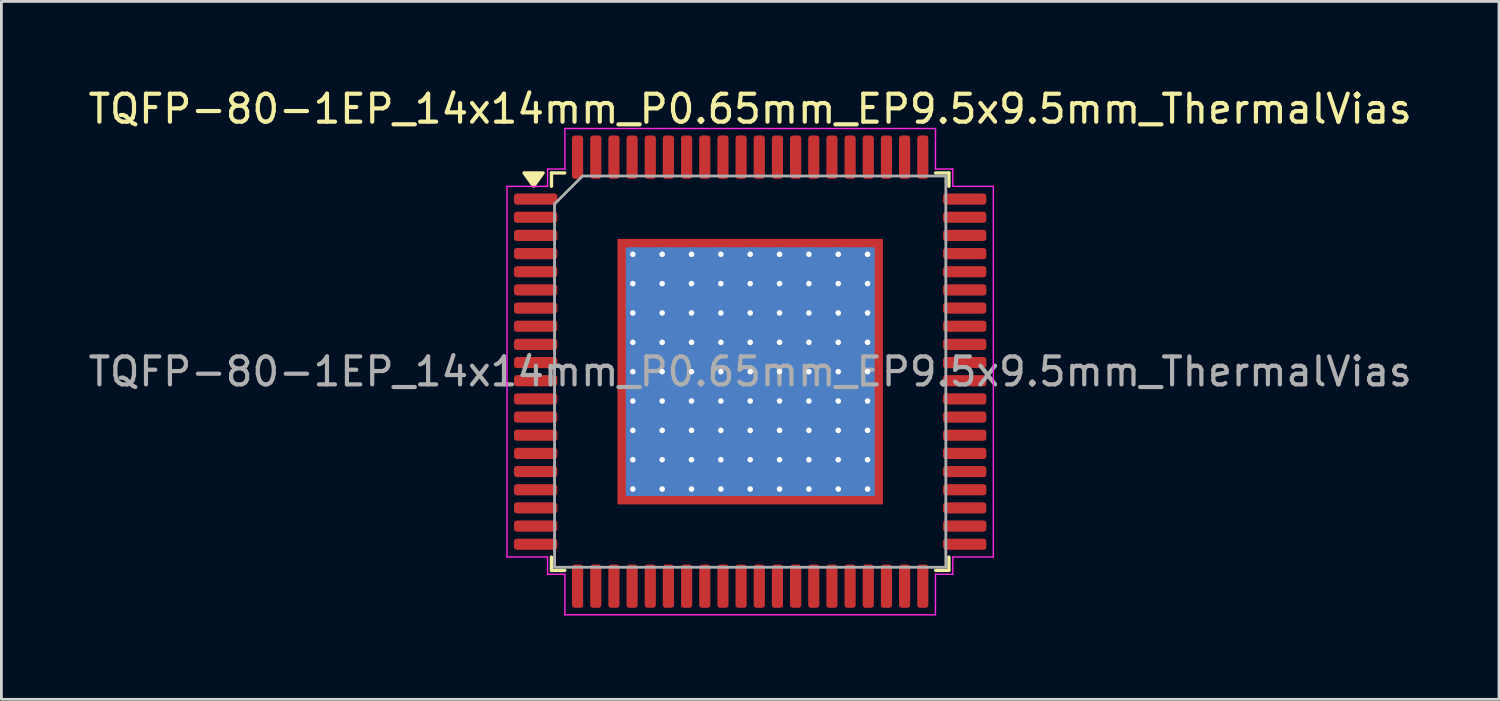
<source format=kicad_pcb>
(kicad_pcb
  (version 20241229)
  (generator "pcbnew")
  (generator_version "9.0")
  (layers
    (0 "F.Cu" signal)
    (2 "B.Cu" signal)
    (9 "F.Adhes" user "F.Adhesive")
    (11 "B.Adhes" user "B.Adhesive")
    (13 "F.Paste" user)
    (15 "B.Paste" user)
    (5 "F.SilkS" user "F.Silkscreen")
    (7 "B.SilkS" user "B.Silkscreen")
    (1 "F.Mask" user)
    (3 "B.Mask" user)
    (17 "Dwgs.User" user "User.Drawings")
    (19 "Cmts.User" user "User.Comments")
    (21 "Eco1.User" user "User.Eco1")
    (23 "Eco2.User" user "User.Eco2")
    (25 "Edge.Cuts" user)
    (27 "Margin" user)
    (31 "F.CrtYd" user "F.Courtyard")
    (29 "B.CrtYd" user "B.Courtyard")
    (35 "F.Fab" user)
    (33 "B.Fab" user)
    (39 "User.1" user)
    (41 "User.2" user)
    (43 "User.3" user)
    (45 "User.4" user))
  (footprint "TQFP-80-1EP_14x14mm_P0.65mm_EP9.5x9.5mm_ThermalVias"
    (layer "F.Cu")
    (at 23.792 10.248)
    (property "Reference" "TQFP-80-1EP_14x14mm_P0.65mm_EP9.5x9.5mm_ThermalVias" (at 0 -9.4 0) (layer "F.SilkS") (effects (font (size 1 1) (thickness 0.15))))
    (attr smd)
    (fp_line (start -7.11 -7.11) (end -6.635 -7.11) (stroke (width 0.12) (type solid)) (layer "F.SilkS"))
    (fp_line (start -7.11 -6.635) (end -7.11 -7.11) (stroke (width 0.12) (type solid)) (layer "F.SilkS"))
    (fp_line (start -7.11 7.11) (end -7.11 6.635) (stroke (width 0.12) (type solid)) (layer "F.SilkS"))
    (fp_line (start -6.635 7.11) (end -7.11 7.11) (stroke (width 0.12) (type solid)) (layer "F.SilkS"))
    (fp_line (start 6.635 -7.11) (end 7.11 -7.11) (stroke (width 0.12) (type solid)) (layer "F.SilkS"))
    (fp_line (start 7.11 -7.11) (end 7.11 -6.635) (stroke (width 0.12) (type solid)) (layer "F.SilkS"))
    (fp_line (start 7.11 6.635) (end 7.11 7.11) (stroke (width 0.12) (type solid)) (layer "F.SilkS"))
    (fp_line (start 7.11 7.11) (end 6.635 7.11) (stroke (width 0.12) (type solid)) (layer "F.SilkS"))
    (fp_poly (pts (xy -7.75 -6.64) (xy -8.09 -7.11) (xy -7.41 -7.11)) (stroke (width 0.12) (type solid)) (fill yes) (layer "F.SilkS"))
    (fp_line (start -8.7 -6.63) (end -7.25 -6.63) (stroke (width 0.05) (type solid)) (layer "F.CrtYd"))
    (fp_line (start -8.7 6.63) (end -8.7 -6.63) (stroke (width 0.05) (type solid)) (layer "F.CrtYd"))
    (fp_line (start -7.25 -7.25) (end -6.63 -7.25) (stroke (width 0.05) (type solid)) (layer "F.CrtYd"))
    (fp_line (start -7.25 -6.63) (end -7.25 -7.25) (stroke (width 0.05) (type solid)) (layer "F.CrtYd"))
    (fp_line (start -7.25 6.63) (end -8.7 6.63) (stroke (width 0.05) (type solid)) (layer "F.CrtYd"))
    (fp_line (start -7.25 7.25) (end -7.25 6.63) (stroke (width 0.05) (type solid)) (layer "F.CrtYd"))
    (fp_line (start -6.63 -8.7) (end 6.63 -8.7) (stroke (width 0.05) (type solid)) (layer "F.CrtYd"))
    (fp_line (start -6.63 -7.25) (end -6.63 -8.7) (stroke (width 0.05) (type solid)) (layer "F.CrtYd"))
    (fp_line (start -6.63 7.25) (end -7.25 7.25) (stroke (width 0.05) (type solid)) (layer "F.CrtYd"))
    (fp_line (start -6.63 8.7) (end -6.63 7.25) (stroke (width 0.05) (type solid)) (layer "F.CrtYd"))
    (fp_line (start 6.63 -8.7) (end 6.63 -7.25) (stroke (width 0.05) (type solid)) (layer "F.CrtYd"))
    (fp_line (start 6.63 -7.25) (end 7.25 -7.25) (stroke (width 0.05) (type solid)) (layer "F.CrtYd"))
    (fp_line (start 6.63 7.25) (end 6.63 8.7) (stroke (width 0.05) (type solid)) (layer "F.CrtYd"))
    (fp_line (start 6.63 8.7) (end -6.63 8.7) (stroke (width 0.05) (type solid)) (layer "F.CrtYd"))
    (fp_line (start 7.25 -7.25) (end 7.25 -6.63) (stroke (width 0.05) (type solid)) (layer "F.CrtYd"))
    (fp_line (start 7.25 -6.63) (end 8.7 -6.63) (stroke (width 0.05) (type solid)) (layer "F.CrtYd"))
    (fp_line (start 7.25 6.63) (end 7.25 7.25) (stroke (width 0.05) (type solid)) (layer "F.CrtYd"))
    (fp_line (start 7.25 7.25) (end 6.63 7.25) (stroke (width 0.05) (type solid)) (layer "F.CrtYd"))
    (fp_line (start 8.7 -6.63) (end 8.7 6.63) (stroke (width 0.05) (type solid)) (layer "F.CrtYd"))
    (fp_line (start 8.7 6.63) (end 7.25 6.63) (stroke (width 0.05) (type solid)) (layer "F.CrtYd"))
    (fp_poly (pts (xy -7 -6) (xy -7 7) (xy 7 7) (xy 7 -7) (xy -6 -7)) (stroke (width 0.1) (type solid)) (fill no) (layer "F.Fab"))
    (fp_text user "${REFERENCE}" (at 0 0 0) (layer "F.Fab") (effects (font (size 1 1) (thickness 0.15))))
    (pad "" smd roundrect (at -3.95 -3.95) (size 1.28 1.28) (layers "F.Paste") (roundrect_rratio 0.195))
    (pad "" smd roundrect (at -3.95 -2.37) (size 1.28 1.28) (layers "F.Paste") (roundrect_rratio 0.195))
    (pad "" smd roundrect (at -3.95 -0.79) (size 1.28 1.28) (layers "F.Paste") (roundrect_rratio 0.195))
    (pad "" smd roundrect (at -3.95 0.79) (size 1.28 1.28) (layers "F.Paste") (roundrect_rratio 0.195))
    (pad "" smd roundrect (at -3.95 2.37) (size 1.28 1.28) (layers "F.Paste") (roundrect_rratio 0.195))
    (pad "" smd roundrect (at -3.95 3.95) (size 1.28 1.28) (layers "F.Paste") (roundrect_rratio 0.195))
    (pad "" smd roundrect (at -2.37 -3.95) (size 1.28 1.28) (layers "F.Paste") (roundrect_rratio 0.195))
    (pad "" smd roundrect (at -2.37 -2.37) (size 1.28 1.28) (layers "F.Paste") (roundrect_rratio 0.195))
    (pad "" smd roundrect (at -2.37 -0.79) (size 1.28 1.28) (layers "F.Paste") (roundrect_rratio 0.195))
    (pad "" smd roundrect (at -2.37 0.79) (size 1.28 1.28) (layers "F.Paste") (roundrect_rratio 0.195))
    (pad "" smd roundrect (at -2.37 2.37) (size 1.28 1.28) (layers "F.Paste") (roundrect_rratio 0.195))
    (pad "" smd roundrect (at -2.37 3.95) (size 1.28 1.28) (layers "F.Paste") (roundrect_rratio 0.195))
    (pad "" smd roundrect (at -0.79 -3.95) (size 1.28 1.28) (layers "F.Paste") (roundrect_rratio 0.195))
    (pad "" smd roundrect (at -0.79 -2.37) (size 1.28 1.28) (layers "F.Paste") (roundrect_rratio 0.195))
    (pad "" smd roundrect (at -0.79 -0.79) (size 1.28 1.28) (layers "F.Paste") (roundrect_rratio 0.195))
    (pad "" smd roundrect (at -0.79 0.79) (size 1.28 1.28) (layers "F.Paste") (roundrect_rratio 0.195))
    (pad "" smd roundrect (at -0.79 2.37) (size 1.28 1.28) (layers "F.Paste") (roundrect_rratio 0.195))
    (pad "" smd roundrect (at -0.79 3.95) (size 1.28 1.28) (layers "F.Paste") (roundrect_rratio 0.195))
    (pad "" smd roundrect (at 0.79 -3.95) (size 1.28 1.28) (layers "F.Paste") (roundrect_rratio 0.195))
    (pad "" smd roundrect (at 0.79 -2.37) (size 1.28 1.28) (layers "F.Paste") (roundrect_rratio 0.195))
    (pad "" smd roundrect (at 0.79 -0.79) (size 1.28 1.28) (layers "F.Paste") (roundrect_rratio 0.195))
    (pad "" smd roundrect (at 0.79 0.79) (size 1.28 1.28) (layers "F.Paste") (roundrect_rratio 0.195))
    (pad "" smd roundrect (at 0.79 2.37) (size 1.28 1.28) (layers "F.Paste") (roundrect_rratio 0.195))
    (pad "" smd roundrect (at 0.79 3.95) (size 1.28 1.28) (layers "F.Paste") (roundrect_rratio 0.195))
    (pad "" smd roundrect (at 2.37 -3.95) (size 1.28 1.28) (layers "F.Paste") (roundrect_rratio 0.195))
    (pad "" smd roundrect (at 2.37 -2.37) (size 1.28 1.28) (layers "F.Paste") (roundrect_rratio 0.195))
    (pad "" smd roundrect (at 2.37 -0.79) (size 1.28 1.28) (layers "F.Paste") (roundrect_rratio 0.195))
    (pad "" smd roundrect (at 2.37 0.79) (size 1.28 1.28) (layers "F.Paste") (roundrect_rratio 0.195))
    (pad "" smd roundrect (at 2.37 2.37) (size 1.28 1.28) (layers "F.Paste") (roundrect_rratio 0.195))
    (pad "" smd roundrect (at 2.37 3.95) (size 1.28 1.28) (layers "F.Paste") (roundrect_rratio 0.195))
    (pad "" smd roundrect (at 3.95 -3.95) (size 1.28 1.28) (layers "F.Paste") (roundrect_rratio 0.195))
    (pad "" smd roundrect (at 3.95 -2.37) (size 1.28 1.28) (layers "F.Paste") (roundrect_rratio 0.195))
    (pad "" smd roundrect (at 3.95 -0.79) (size 1.28 1.28) (layers "F.Paste") (roundrect_rratio 0.195))
    (pad "" smd roundrect (at 3.95 0.79) (size 1.28 1.28) (layers "F.Paste") (roundrect_rratio 0.195))
    (pad "" smd roundrect (at 3.95 2.37) (size 1.28 1.28) (layers "F.Paste") (roundrect_rratio 0.195))
    (pad "" smd roundrect (at 3.95 3.95) (size 1.28 1.28) (layers "F.Paste") (roundrect_rratio 0.195))
    (pad "1" smd roundrect (at -7.675 -6.175) (size 1.55 0.4) (layers "F.Cu" "F.Mask" "F.Paste") (roundrect_rratio 0.25))
    (pad "2" smd roundrect (at -7.675 -5.525) (size 1.55 0.4) (layers "F.Cu" "F.Mask" "F.Paste") (roundrect_rratio 0.25))
    (pad "3" smd roundrect (at -7.675 -4.875) (size 1.55 0.4) (layers "F.Cu" "F.Mask" "F.Paste") (roundrect_rratio 0.25))
    (pad "4" smd roundrect (at -7.675 -4.225) (size 1.55 0.4) (layers "F.Cu" "F.Mask" "F.Paste") (roundrect_rratio 0.25))
    (pad "5" smd roundrect (at -7.675 -3.575) (size 1.55 0.4) (layers "F.Cu" "F.Mask" "F.Paste") (roundrect_rratio 0.25))
    (pad "6" smd roundrect (at -7.675 -2.925) (size 1.55 0.4) (layers "F.Cu" "F.Mask" "F.Paste") (roundrect_rratio 0.25))
    (pad "7" smd roundrect (at -7.675 -2.275) (size 1.55 0.4) (layers "F.Cu" "F.Mask" "F.Paste") (roundrect_rratio 0.25))
    (pad "8" smd roundrect (at -7.675 -1.625) (size 1.55 0.4) (layers "F.Cu" "F.Mask" "F.Paste") (roundrect_rratio 0.25))
    (pad "9" smd roundrect (at -7.675 -0.975) (size 1.55 0.4) (layers "F.Cu" "F.Mask" "F.Paste") (roundrect_rratio 0.25))
    (pad "10" smd roundrect (at -7.675 -0.325) (size 1.55 0.4) (layers "F.Cu" "F.Mask" "F.Paste") (roundrect_rratio 0.25))
    (pad "11" smd roundrect (at -7.675 0.325) (size 1.55 0.4) (layers "F.Cu" "F.Mask" "F.Paste") (roundrect_rratio 0.25))
    (pad "12" smd roundrect (at -7.675 0.975) (size 1.55 0.4) (layers "F.Cu" "F.Mask" "F.Paste") (roundrect_rratio 0.25))
    (pad "13" smd roundrect (at -7.675 1.625) (size 1.55 0.4) (layers "F.Cu" "F.Mask" "F.Paste") (roundrect_rratio 0.25))
    (pad "14" smd roundrect (at -7.675 2.275) (size 1.55 0.4) (layers "F.Cu" "F.Mask" "F.Paste") (roundrect_rratio 0.25))
    (pad "15" smd roundrect (at -7.675 2.925) (size 1.55 0.4) (layers "F.Cu" "F.Mask" "F.Paste") (roundrect_rratio 0.25))
    (pad "16" smd roundrect (at -7.675 3.575) (size 1.55 0.4) (layers "F.Cu" "F.Mask" "F.Paste") (roundrect_rratio 0.25))
    (pad "17" smd roundrect (at -7.675 4.225) (size 1.55 0.4) (layers "F.Cu" "F.Mask" "F.Paste") (roundrect_rratio 0.25))
    (pad "18" smd roundrect (at -7.675 4.875) (size 1.55 0.4) (layers "F.Cu" "F.Mask" "F.Paste") (roundrect_rratio 0.25))
    (pad "19" smd roundrect (at -7.675 5.525) (size 1.55 0.4) (layers "F.Cu" "F.Mask" "F.Paste") (roundrect_rratio 0.25))
    (pad "20" smd roundrect (at -7.675 6.175) (size 1.55 0.4) (layers "F.Cu" "F.Mask" "F.Paste") (roundrect_rratio 0.25))
    (pad "21" smd roundrect (at -6.175 7.675) (size 0.4 1.55) (layers "F.Cu" "F.Mask" "F.Paste") (roundrect_rratio 0.25))
    (pad "22" smd roundrect (at -5.525 7.675) (size 0.4 1.55) (layers "F.Cu" "F.Mask" "F.Paste") (roundrect_rratio 0.25))
    (pad "23" smd roundrect (at -4.875 7.675) (size 0.4 1.55) (layers "F.Cu" "F.Mask" "F.Paste") (roundrect_rratio 0.25))
    (pad "24" smd roundrect (at -4.225 7.675) (size 0.4 1.55) (layers "F.Cu" "F.Mask" "F.Paste") (roundrect_rratio 0.25))
    (pad "25" smd roundrect (at -3.575 7.675) (size 0.4 1.55) (layers "F.Cu" "F.Mask" "F.Paste") (roundrect_rratio 0.25))
    (pad "26" smd roundrect (at -2.925 7.675) (size 0.4 1.55) (layers "F.Cu" "F.Mask" "F.Paste") (roundrect_rratio 0.25))
    (pad "27" smd roundrect (at -2.275 7.675) (size 0.4 1.55) (layers "F.Cu" "F.Mask" "F.Paste") (roundrect_rratio 0.25))
    (pad "28" smd roundrect (at -1.625 7.675) (size 0.4 1.55) (layers "F.Cu" "F.Mask" "F.Paste") (roundrect_rratio 0.25))
    (pad "29" smd roundrect (at -0.975 7.675) (size 0.4 1.55) (layers "F.Cu" "F.Mask" "F.Paste") (roundrect_rratio 0.25))
    (pad "30" smd roundrect (at -0.325 7.675) (size 0.4 1.55) (layers "F.Cu" "F.Mask" "F.Paste") (roundrect_rratio 0.25))
    (pad "31" smd roundrect (at 0.325 7.675) (size 0.4 1.55) (layers "F.Cu" "F.Mask" "F.Paste") (roundrect_rratio 0.25))
    (pad "32" smd roundrect (at 0.975 7.675) (size 0.4 1.55) (layers "F.Cu" "F.Mask" "F.Paste") (roundrect_rratio 0.25))
    (pad "33" smd roundrect (at 1.625 7.675) (size 0.4 1.55) (layers "F.Cu" "F.Mask" "F.Paste") (roundrect_rratio 0.25))
    (pad "34" smd roundrect (at 2.275 7.675) (size 0.4 1.55) (layers "F.Cu" "F.Mask" "F.Paste") (roundrect_rratio 0.25))
    (pad "35" smd roundrect (at 2.925 7.675) (size 0.4 1.55) (layers "F.Cu" "F.Mask" "F.Paste") (roundrect_rratio 0.25))
    (pad "36" smd roundrect (at 3.575 7.675) (size 0.4 1.55) (layers "F.Cu" "F.Mask" "F.Paste") (roundrect_rratio 0.25))
    (pad "37" smd roundrect (at 4.225 7.675) (size 0.4 1.55) (layers "F.Cu" "F.Mask" "F.Paste") (roundrect_rratio 0.25))
    (pad "38" smd roundrect (at 4.875 7.675) (size 0.4 1.55) (layers "F.Cu" "F.Mask" "F.Paste") (roundrect_rratio 0.25))
    (pad "39" smd roundrect (at 5.525 7.675) (size 0.4 1.55) (layers "F.Cu" "F.Mask" "F.Paste") (roundrect_rratio 0.25))
    (pad "40" smd roundrect (at 6.175 7.675) (size 0.4 1.55) (layers "F.Cu" "F.Mask" "F.Paste") (roundrect_rratio 0.25))
    (pad "41" smd roundrect (at 7.675 6.175) (size 1.55 0.4) (layers "F.Cu" "F.Mask" "F.Paste") (roundrect_rratio 0.25))
    (pad "42" smd roundrect (at 7.675 5.525) (size 1.55 0.4) (layers "F.Cu" "F.Mask" "F.Paste") (roundrect_rratio 0.25))
    (pad "43" smd roundrect (at 7.675 4.875) (size 1.55 0.4) (layers "F.Cu" "F.Mask" "F.Paste") (roundrect_rratio 0.25))
    (pad "44" smd roundrect (at 7.675 4.225) (size 1.55 0.4) (layers "F.Cu" "F.Mask" "F.Paste") (roundrect_rratio 0.25))
    (pad "45" smd roundrect (at 7.675 3.575) (size 1.55 0.4) (layers "F.Cu" "F.Mask" "F.Paste") (roundrect_rratio 0.25))
    (pad "46" smd roundrect (at 7.675 2.925) (size 1.55 0.4) (layers "F.Cu" "F.Mask" "F.Paste") (roundrect_rratio 0.25))
    (pad "47" smd roundrect (at 7.675 2.275) (size 1.55 0.4) (layers "F.Cu" "F.Mask" "F.Paste") (roundrect_rratio 0.25))
    (pad "48" smd roundrect (at 7.675 1.625) (size 1.55 0.4) (layers "F.Cu" "F.Mask" "F.Paste") (roundrect_rratio 0.25))
    (pad "49" smd roundrect (at 7.675 0.975) (size 1.55 0.4) (layers "F.Cu" "F.Mask" "F.Paste") (roundrect_rratio 0.25))
    (pad "50" smd roundrect (at 7.675 0.325) (size 1.55 0.4) (layers "F.Cu" "F.Mask" "F.Paste") (roundrect_rratio 0.25))
    (pad "51" smd roundrect (at 7.675 -0.325) (size 1.55 0.4) (layers "F.Cu" "F.Mask" "F.Paste") (roundrect_rratio 0.25))
    (pad "52" smd roundrect (at 7.675 -0.975) (size 1.55 0.4) (layers "F.Cu" "F.Mask" "F.Paste") (roundrect_rratio 0.25))
    (pad "53" smd roundrect (at 7.675 -1.625) (size 1.55 0.4) (layers "F.Cu" "F.Mask" "F.Paste") (roundrect_rratio 0.25))
    (pad "54" smd roundrect (at 7.675 -2.275) (size 1.55 0.4) (layers "F.Cu" "F.Mask" "F.Paste") (roundrect_rratio 0.25))
    (pad "55" smd roundrect (at 7.675 -2.925) (size 1.55 0.4) (layers "F.Cu" "F.Mask" "F.Paste") (roundrect_rratio 0.25))
    (pad "56" smd roundrect (at 7.675 -3.575) (size 1.55 0.4) (layers "F.Cu" "F.Mask" "F.Paste") (roundrect_rratio 0.25))
    (pad "57" smd roundrect (at 7.675 -4.225) (size 1.55 0.4) (layers "F.Cu" "F.Mask" "F.Paste") (roundrect_rratio 0.25))
    (pad "58" smd roundrect (at 7.675 -4.875) (size 1.55 0.4) (layers "F.Cu" "F.Mask" "F.Paste") (roundrect_rratio 0.25))
    (pad "59" smd roundrect (at 7.675 -5.525) (size 1.55 0.4) (layers "F.Cu" "F.Mask" "F.Paste") (roundrect_rratio 0.25))
    (pad "60" smd roundrect (at 7.675 -6.175) (size 1.55 0.4) (layers "F.Cu" "F.Mask" "F.Paste") (roundrect_rratio 0.25))
    (pad "61" smd roundrect (at 6.175 -7.675) (size 0.4 1.55) (layers "F.Cu" "F.Mask" "F.Paste") (roundrect_rratio 0.25))
    (pad "62" smd roundrect (at 5.525 -7.675) (size 0.4 1.55) (layers "F.Cu" "F.Mask" "F.Paste") (roundrect_rratio 0.25))
    (pad "63" smd roundrect (at 4.875 -7.675) (size 0.4 1.55) (layers "F.Cu" "F.Mask" "F.Paste") (roundrect_rratio 0.25))
    (pad "64" smd roundrect (at 4.225 -7.675) (size 0.4 1.55) (layers "F.Cu" "F.Mask" "F.Paste") (roundrect_rratio 0.25))
    (pad "65" smd roundrect (at 3.575 -7.675) (size 0.4 1.55) (layers "F.Cu" "F.Mask" "F.Paste") (roundrect_rratio 0.25))
    (pad "66" smd roundrect (at 2.925 -7.675) (size 0.4 1.55) (layers "F.Cu" "F.Mask" "F.Paste") (roundrect_rratio 0.25))
    (pad "67" smd roundrect (at 2.275 -7.675) (size 0.4 1.55) (layers "F.Cu" "F.Mask" "F.Paste") (roundrect_rratio 0.25))
    (pad "68" smd roundrect (at 1.625 -7.675) (size 0.4 1.55) (layers "F.Cu" "F.Mask" "F.Paste") (roundrect_rratio 0.25))
    (pad "69" smd roundrect (at 0.975 -7.675) (size 0.4 1.55) (layers "F.Cu" "F.Mask" "F.Paste") (roundrect_rratio 0.25))
    (pad "70" smd roundrect (at 0.325 -7.675) (size 0.4 1.55) (layers "F.Cu" "F.Mask" "F.Paste") (roundrect_rratio 0.25))
    (pad "71" smd roundrect (at -0.325 -7.675) (size 0.4 1.55) (layers "F.Cu" "F.Mask" "F.Paste") (roundrect_rratio 0.25))
    (pad "72" smd roundrect (at -0.975 -7.675) (size 0.4 1.55) (layers "F.Cu" "F.Mask" "F.Paste") (roundrect_rratio 0.25))
    (pad "73" smd roundrect (at -1.625 -7.675) (size 0.4 1.55) (layers "F.Cu" "F.Mask" "F.Paste") (roundrect_rratio 0.25))
    (pad "74" smd roundrect (at -2.275 -7.675) (size 0.4 1.55) (layers "F.Cu" "F.Mask" "F.Paste") (roundrect_rratio 0.25))
    (pad "75" smd roundrect (at -2.925 -7.675) (size 0.4 1.55) (layers "F.Cu" "F.Mask" "F.Paste") (roundrect_rratio 0.25))
    (pad "76" smd roundrect (at -3.575 -7.675) (size 0.4 1.55) (layers "F.Cu" "F.Mask" "F.Paste") (roundrect_rratio 0.25))
    (pad "77" smd roundrect (at -4.225 -7.675) (size 0.4 1.55) (layers "F.Cu" "F.Mask" "F.Paste") (roundrect_rratio 0.25))
    (pad "78" smd roundrect (at -4.875 -7.675) (size 0.4 1.55) (layers "F.Cu" "F.Mask" "F.Paste") (roundrect_rratio 0.25))
    (pad "79" smd roundrect (at -5.525 -7.675) (size 0.4 1.55) (layers "F.Cu" "F.Mask" "F.Paste") (roundrect_rratio 0.25))
    (pad "80" smd roundrect (at -6.175 -7.675) (size 0.4 1.55) (layers "F.Cu" "F.Mask" "F.Paste") (roundrect_rratio 0.25))
    (pad "81" thru_hole circle (at -4.2 -4.2) (size 0.5 0.5) (drill 0.2) (property pad_prop_heatsink) (layers "*.Cu"))
    (pad "81" thru_hole circle (at -4.2 -3.15) (size 0.5 0.5) (drill 0.2) (property pad_prop_heatsink) (layers "*.Cu"))
    (pad "81" thru_hole circle (at -4.2 -2.1) (size 0.5 0.5) (drill 0.2) (property pad_prop_heatsink) (layers "*.Cu"))
    (pad "81" thru_hole circle (at -4.2 -1.05) (size 0.5 0.5) (drill 0.2) (property pad_prop_heatsink) (layers "*.Cu"))
    (pad "81" thru_hole circle (at -4.2 0) (size 0.5 0.5) (drill 0.2) (property pad_prop_heatsink) (layers "*.Cu"))
    (pad "81" thru_hole circle (at -4.2 1.05) (size 0.5 0.5) (drill 0.2) (property pad_prop_heatsink) (layers "*.Cu"))
    (pad "81" thru_hole circle (at -4.2 2.1) (size 0.5 0.5) (drill 0.2) (property pad_prop_heatsink) (layers "*.Cu"))
    (pad "81" thru_hole circle (at -4.2 3.15) (size 0.5 0.5) (drill 0.2) (property pad_prop_heatsink) (layers "*.Cu"))
    (pad "81" thru_hole circle (at -4.2 4.2) (size 0.5 0.5) (drill 0.2) (property pad_prop_heatsink) (layers "*.Cu"))
    (pad "81" thru_hole circle (at -3.15 -4.2) (size 0.5 0.5) (drill 0.2) (property pad_prop_heatsink) (layers "*.Cu"))
    (pad "81" thru_hole circle (at -3.15 -3.15) (size 0.5 0.5) (drill 0.2) (property pad_prop_heatsink) (layers "*.Cu"))
    (pad "81" thru_hole circle (at -3.15 -2.1) (size 0.5 0.5) (drill 0.2) (property pad_prop_heatsink) (layers "*.Cu"))
    (pad "81" thru_hole circle (at -3.15 -1.05) (size 0.5 0.5) (drill 0.2) (property pad_prop_heatsink) (layers "*.Cu"))
    (pad "81" thru_hole circle (at -3.15 0) (size 0.5 0.5) (drill 0.2) (property pad_prop_heatsink) (layers "*.Cu"))
    (pad "81" thru_hole circle (at -3.15 1.05) (size 0.5 0.5) (drill 0.2) (property pad_prop_heatsink) (layers "*.Cu"))
    (pad "81" thru_hole circle (at -3.15 2.1) (size 0.5 0.5) (drill 0.2) (property pad_prop_heatsink) (layers "*.Cu"))
    (pad "81" thru_hole circle (at -3.15 3.15) (size 0.5 0.5) (drill 0.2) (property pad_prop_heatsink) (layers "*.Cu"))
    (pad "81" thru_hole circle (at -3.15 4.2) (size 0.5 0.5) (drill 0.2) (property pad_prop_heatsink) (layers "*.Cu"))
    (pad "81" thru_hole circle (at -2.1 -4.2) (size 0.5 0.5) (drill 0.2) (property pad_prop_heatsink) (layers "*.Cu"))
    (pad "81" thru_hole circle (at -2.1 -3.15) (size 0.5 0.5) (drill 0.2) (property pad_prop_heatsink) (layers "*.Cu"))
    (pad "81" thru_hole circle (at -2.1 -2.1) (size 0.5 0.5) (drill 0.2) (property pad_prop_heatsink) (layers "*.Cu"))
    (pad "81" thru_hole circle (at -2.1 -1.05) (size 0.5 0.5) (drill 0.2) (property pad_prop_heatsink) (layers "*.Cu"))
    (pad "81" thru_hole circle (at -2.1 0) (size 0.5 0.5) (drill 0.2) (property pad_prop_heatsink) (layers "*.Cu"))
    (pad "81" thru_hole circle (at -2.1 1.05) (size 0.5 0.5) (drill 0.2) (property pad_prop_heatsink) (layers "*.Cu"))
    (pad "81" thru_hole circle (at -2.1 2.1) (size 0.5 0.5) (drill 0.2) (property pad_prop_heatsink) (layers "*.Cu"))
    (pad "81" thru_hole circle (at -2.1 3.15) (size 0.5 0.5) (drill 0.2) (property pad_prop_heatsink) (layers "*.Cu"))
    (pad "81" thru_hole circle (at -2.1 4.2) (size 0.5 0.5) (drill 0.2) (property pad_prop_heatsink) (layers "*.Cu"))
    (pad "81" thru_hole circle (at -1.05 -4.2) (size 0.5 0.5) (drill 0.2) (property pad_prop_heatsink) (layers "*.Cu"))
    (pad "81" thru_hole circle (at -1.05 -3.15) (size 0.5 0.5) (drill 0.2) (property pad_prop_heatsink) (layers "*.Cu"))
    (pad "81" thru_hole circle (at -1.05 -2.1) (size 0.5 0.5) (drill 0.2) (property pad_prop_heatsink) (layers "*.Cu"))
    (pad "81" thru_hole circle (at -1.05 -1.05) (size 0.5 0.5) (drill 0.2) (property pad_prop_heatsink) (layers "*.Cu"))
    (pad "81" thru_hole circle (at -1.05 0) (size 0.5 0.5) (drill 0.2) (property pad_prop_heatsink) (layers "*.Cu"))
    (pad "81" thru_hole circle (at -1.05 1.05) (size 0.5 0.5) (drill 0.2) (property pad_prop_heatsink) (layers "*.Cu"))
    (pad "81" thru_hole circle (at -1.05 2.1) (size 0.5 0.5) (drill 0.2) (property pad_prop_heatsink) (layers "*.Cu"))
    (pad "81" thru_hole circle (at -1.05 3.15) (size 0.5 0.5) (drill 0.2) (property pad_prop_heatsink) (layers "*.Cu"))
    (pad "81" thru_hole circle (at -1.05 4.2) (size 0.5 0.5) (drill 0.2) (property pad_prop_heatsink) (layers "*.Cu"))
    (pad "81" thru_hole circle (at 0 -4.2) (size 0.5 0.5) (drill 0.2) (property pad_prop_heatsink) (layers "*.Cu"))
    (pad "81" thru_hole circle (at 0 -3.15) (size 0.5 0.5) (drill 0.2) (property pad_prop_heatsink) (layers "*.Cu"))
    (pad "81" thru_hole circle (at 0 -2.1) (size 0.5 0.5) (drill 0.2) (property pad_prop_heatsink) (layers "*.Cu"))
    (pad "81" thru_hole circle (at 0 -1.05) (size 0.5 0.5) (drill 0.2) (property pad_prop_heatsink) (layers "*.Cu"))
    (pad "81" thru_hole circle (at 0 0) (size 0.5 0.5) (drill 0.2) (property pad_prop_heatsink) (layers "*.Cu"))
    (pad "81" smd rect (at 0 0) (size 8.9 8.9) (property pad_prop_heatsink) (layers "B.Cu"))
    (pad "81" smd rect (at 0 0) (size 9.5 9.5) (property pad_prop_heatsink) (layers "F.Cu" "F.Mask"))
    (pad "81" thru_hole circle (at 0 1.05) (size 0.5 0.5) (drill 0.2) (property pad_prop_heatsink) (layers "*.Cu"))
    (pad "81" thru_hole circle (at 0 2.1) (size 0.5 0.5) (drill 0.2) (property pad_prop_heatsink) (layers "*.Cu"))
    (pad "81" thru_hole circle (at 0 3.15) (size 0.5 0.5) (drill 0.2) (property pad_prop_heatsink) (layers "*.Cu"))
    (pad "81" thru_hole circle (at 0 4.2) (size 0.5 0.5) (drill 0.2) (property pad_prop_heatsink) (layers "*.Cu"))
    (pad "81" thru_hole circle (at 1.05 -4.2) (size 0.5 0.5) (drill 0.2) (property pad_prop_heatsink) (layers "*.Cu"))
    (pad "81" thru_hole circle (at 1.05 -3.15) (size 0.5 0.5) (drill 0.2) (property pad_prop_heatsink) (layers "*.Cu"))
    (pad "81" thru_hole circle (at 1.05 -2.1) (size 0.5 0.5) (drill 0.2) (property pad_prop_heatsink) (layers "*.Cu"))
    (pad "81" thru_hole circle (at 1.05 -1.05) (size 0.5 0.5) (drill 0.2) (property pad_prop_heatsink) (layers "*.Cu"))
    (pad "81" thru_hole circle (at 1.05 0) (size 0.5 0.5) (drill 0.2) (property pad_prop_heatsink) (layers "*.Cu"))
    (pad "81" thru_hole circle (at 1.05 1.05) (size 0.5 0.5) (drill 0.2) (property pad_prop_heatsink) (layers "*.Cu"))
    (pad "81" thru_hole circle (at 1.05 2.1) (size 0.5 0.5) (drill 0.2) (property pad_prop_heatsink) (layers "*.Cu"))
    (pad "81" thru_hole circle (at 1.05 3.15) (size 0.5 0.5) (drill 0.2) (property pad_prop_heatsink) (layers "*.Cu"))
    (pad "81" thru_hole circle (at 1.05 4.2) (size 0.5 0.5) (drill 0.2) (property pad_prop_heatsink) (layers "*.Cu"))
    (pad "81" thru_hole circle (at 2.1 -4.2) (size 0.5 0.5) (drill 0.2) (property pad_prop_heatsink) (layers "*.Cu"))
    (pad "81" thru_hole circle (at 2.1 -3.15) (size 0.5 0.5) (drill 0.2) (property pad_prop_heatsink) (layers "*.Cu"))
    (pad "81" thru_hole circle (at 2.1 -2.1) (size 0.5 0.5) (drill 0.2) (property pad_prop_heatsink) (layers "*.Cu"))
    (pad "81" thru_hole circle (at 2.1 -1.05) (size 0.5 0.5) (drill 0.2) (property pad_prop_heatsink) (layers "*.Cu"))
    (pad "81" thru_hole circle (at 2.1 0) (size 0.5 0.5) (drill 0.2) (property pad_prop_heatsink) (layers "*.Cu"))
    (pad "81" thru_hole circle (at 2.1 1.05) (size 0.5 0.5) (drill 0.2) (property pad_prop_heatsink) (layers "*.Cu"))
    (pad "81" thru_hole circle (at 2.1 2.1) (size 0.5 0.5) (drill 0.2) (property pad_prop_heatsink) (layers "*.Cu"))
    (pad "81" thru_hole circle (at 2.1 3.15) (size 0.5 0.5) (drill 0.2) (property pad_prop_heatsink) (layers "*.Cu"))
    (pad "81" thru_hole circle (at 2.1 4.2) (size 0.5 0.5) (drill 0.2) (property pad_prop_heatsink) (layers "*.Cu"))
    (pad "81" thru_hole circle (at 3.15 -4.2) (size 0.5 0.5) (drill 0.2) (property pad_prop_heatsink) (layers "*.Cu"))
    (pad "81" thru_hole circle (at 3.15 -3.15) (size 0.5 0.5) (drill 0.2) (property pad_prop_heatsink) (layers "*.Cu"))
    (pad "81" thru_hole circle (at 3.15 -2.1) (size 0.5 0.5) (drill 0.2) (property pad_prop_heatsink) (layers "*.Cu"))
    (pad "81" thru_hole circle (at 3.15 -1.05) (size 0.5 0.5) (drill 0.2) (property pad_prop_heatsink) (layers "*.Cu"))
    (pad "81" thru_hole circle (at 3.15 0) (size 0.5 0.5) (drill 0.2) (property pad_prop_heatsink) (layers "*.Cu"))
    (pad "81" thru_hole circle (at 3.15 1.05) (size 0.5 0.5) (drill 0.2) (property pad_prop_heatsink) (layers "*.Cu"))
    (pad "81" thru_hole circle (at 3.15 2.1) (size 0.5 0.5) (drill 0.2) (property pad_prop_heatsink) (layers "*.Cu"))
    (pad "81" thru_hole circle (at 3.15 3.15) (size 0.5 0.5) (drill 0.2) (property pad_prop_heatsink) (layers "*.Cu"))
    (pad "81" thru_hole circle (at 3.15 4.2) (size 0.5 0.5) (drill 0.2) (property pad_prop_heatsink) (layers "*.Cu"))
    (pad "81" thru_hole circle (at 4.2 -4.2) (size 0.5 0.5) (drill 0.2) (property pad_prop_heatsink) (layers "*.Cu"))
    (pad "81" thru_hole circle (at 4.2 -3.15) (size 0.5 0.5) (drill 0.2) (property pad_prop_heatsink) (layers "*.Cu"))
    (pad "81" thru_hole circle (at 4.2 -2.1) (size 0.5 0.5) (drill 0.2) (property pad_prop_heatsink) (layers "*.Cu"))
    (pad "81" thru_hole circle (at 4.2 -1.05) (size 0.5 0.5) (drill 0.2) (property pad_prop_heatsink) (layers "*.Cu"))
    (pad "81" thru_hole circle (at 4.2 0) (size 0.5 0.5) (drill 0.2) (property pad_prop_heatsink) (layers "*.Cu"))
    (pad "81" thru_hole circle (at 4.2 1.05) (size 0.5 0.5) (drill 0.2) (property pad_prop_heatsink) (layers "*.Cu"))
    (pad "81" thru_hole circle (at 4.2 2.1) (size 0.5 0.5) (drill 0.2) (property pad_prop_heatsink) (layers "*.Cu"))
    (pad "81" thru_hole circle (at 4.2 3.15) (size 0.5 0.5) (drill 0.2) (property pad_prop_heatsink) (layers "*.Cu"))
    (pad "81" thru_hole circle (at 4.2 4.2) (size 0.5 0.5) (drill 0.2) (property pad_prop_heatsink) (layers "*.Cu")))
  (gr_rect
    (start -3 -3)
    (end 50.583 21.973)
    (stroke (width 0.1) (type default))
    (fill no)
    (layer "Edge.Cuts")))
</source>
